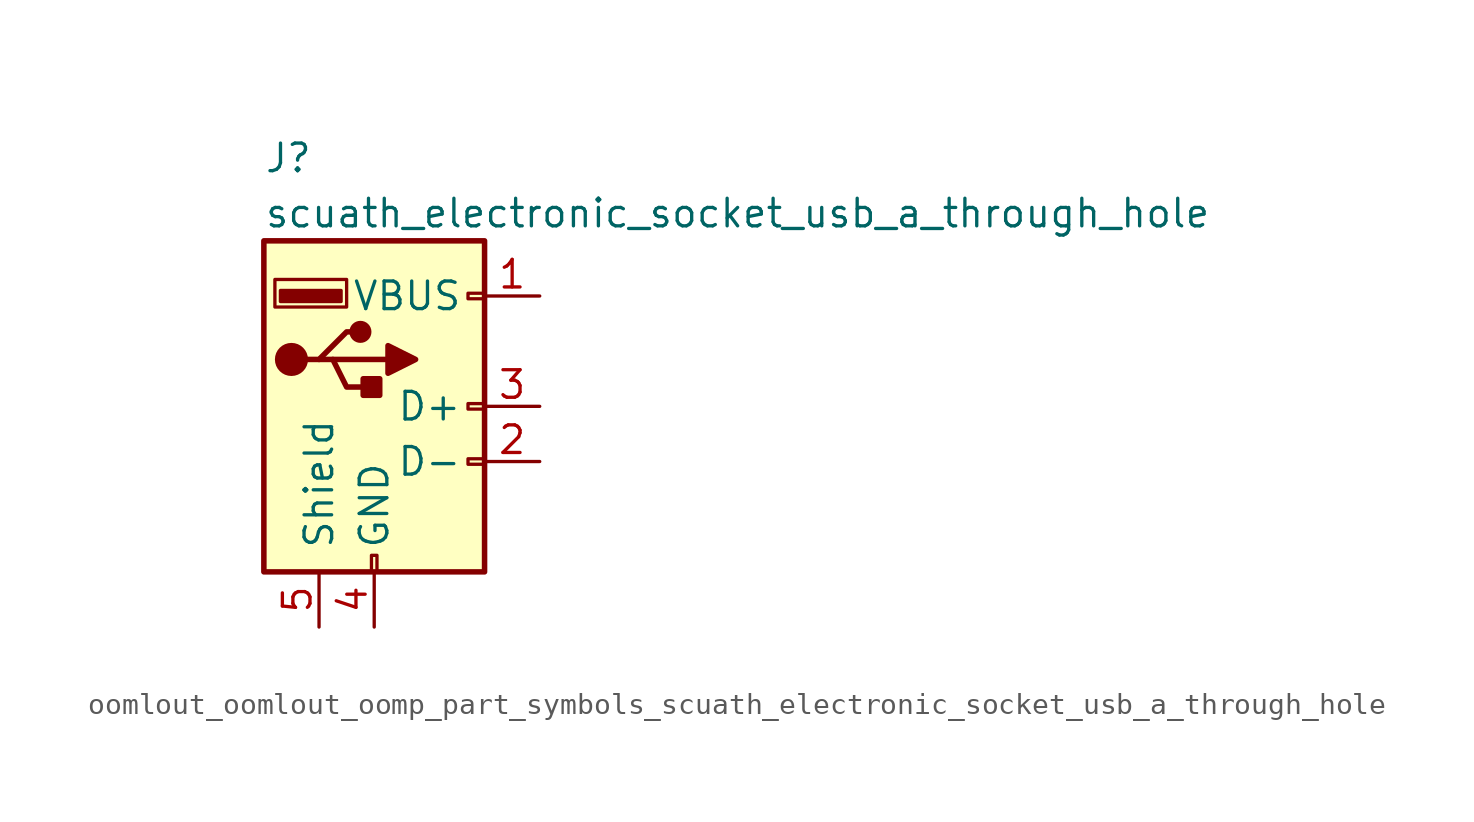
<source format=kicad_sym>
(kicad_symbol_lib
  (version 20220914)
  (generator kicad_symbol_editor)
  (symbol "oomlout_oomlout_oomp_part_symbols_scuath_electronic_socket_usb_a_through_hole"
    (pin_names
      (offset 1.016))
    (property "Reference" "J"
      (at -5.08 11.43 0)
      (effects (font (size 1.27 1.27)) (justify left)))
    (property "Value" "scuath_electronic_socket_usb_a_through_hole"
      (at -5.08 8.89 0)
      (effects (font (size 1.27 1.27)) (justify left)))
    (symbol "oomlout_oomlout_oomp_part_symbols_scuath_electronic_socket_usb_a_through_hole_0_1"
      (rectangle (start -5.08 -7.62) (end 5.08 7.62) (stroke (width 0.254) (type default)) (fill (type background)))
      (circle (center -3.81 2.159) (radius 0.635) (stroke (width 0.254) (type default)) (fill (type outline)))
      (rectangle (start -1.524 4.826) (end -4.318 5.334) (stroke (width 0) (type default)) (fill (type outline)))
      (rectangle (start -1.27 4.572) (end -4.572 5.842) (stroke (width 0) (type default)) (fill (type none)))
      (circle (center -0.635 3.429) (radius 0.381) (stroke (width 0.254) (type default)) (fill (type outline)))
      (rectangle (start -0.127 -7.62) (end 0.127 -6.858) (stroke (width 0) (type default)) (fill (type none)))
      (polyline (pts (xy -3.175 2.159) (xy -2.54 2.159) (xy -1.27 3.429) (xy -0.635 3.429)) (stroke (width 0.254) (type default)) (fill (type none)))
      (polyline (pts (xy -2.54 2.159) (xy -1.905 2.159) (xy -1.27 0.889) (xy 0 0.889)) (stroke (width 0.254) (type default)) (fill (type none)))
      (polyline (pts (xy 0.635 2.794) (xy 0.635 1.524) (xy 1.905 2.159) (xy 0.635 2.794)) (stroke (width 0.254) (type default)) (fill (type outline)))
      (rectangle (start 0.254 1.27) (end -0.508 0.508) (stroke (width 0.254) (type default)) (fill (type outline)))
      (rectangle (start 5.08 -2.667) (end 4.318 -2.413) (stroke (width 0) (type default)) (fill (type none)))
      (rectangle (start 5.08 -0.127) (end 4.318 0.127) (stroke (width 0) (type default)) (fill (type none)))
      (rectangle (start 5.08 4.953) (end 4.318 5.207) (stroke (width 0) (type default)) (fill (type none))))
    (symbol "oomlout_oomlout_oomp_part_symbols_scuath_electronic_socket_usb_a_through_hole_1_1"
      (polyline (pts (xy -1.905 2.159) (xy 0.635 2.159)) (stroke (width 0.254) (type default)) (fill (type none)))
      (pin power_in line (at 7.62 5.08 180) (length 2.54) (name "VBUS" (effects (font (size 1.27 1.27)))) (number "1" (effects (font (size 1.27 1.27)))))
      (pin bidirectional line (at 7.62 -2.54 180) (length 2.54) (name "D-" (effects (font (size 1.27 1.27)))) (number "2" (effects (font (size 1.27 1.27)))))
      (pin bidirectional line (at 7.62 0 180) (length 2.54) (name "D+" (effects (font (size 1.27 1.27)))) (number "3" (effects (font (size 1.27 1.27)))))
      (pin power_in line (at 0 -10.16 90) (length 2.54) (name "GND" (effects (font (size 1.27 1.27)))) (number "4" (effects (font (size 1.27 1.27)))))
      (pin passive line (at -2.54 -10.16 90) (length 2.54) (name "Shield" (effects (font (size 1.27 1.27)))) (number "5" (effects (font (size 1.27 1.27))))))))
</source>
